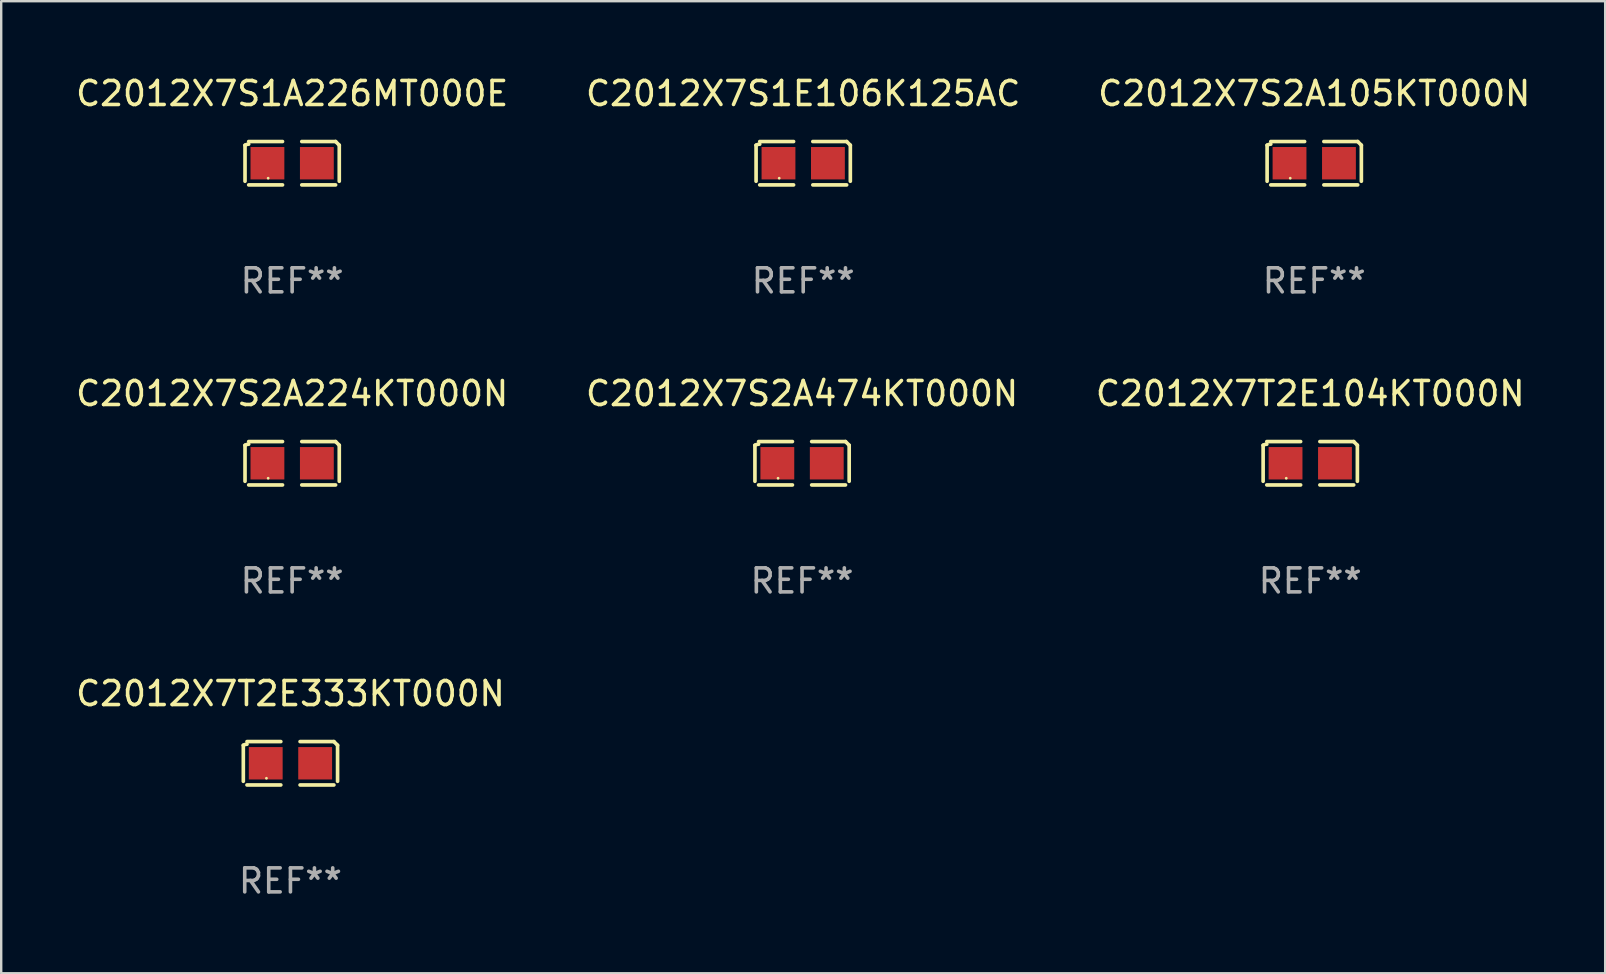
<source format=kicad_pcb>
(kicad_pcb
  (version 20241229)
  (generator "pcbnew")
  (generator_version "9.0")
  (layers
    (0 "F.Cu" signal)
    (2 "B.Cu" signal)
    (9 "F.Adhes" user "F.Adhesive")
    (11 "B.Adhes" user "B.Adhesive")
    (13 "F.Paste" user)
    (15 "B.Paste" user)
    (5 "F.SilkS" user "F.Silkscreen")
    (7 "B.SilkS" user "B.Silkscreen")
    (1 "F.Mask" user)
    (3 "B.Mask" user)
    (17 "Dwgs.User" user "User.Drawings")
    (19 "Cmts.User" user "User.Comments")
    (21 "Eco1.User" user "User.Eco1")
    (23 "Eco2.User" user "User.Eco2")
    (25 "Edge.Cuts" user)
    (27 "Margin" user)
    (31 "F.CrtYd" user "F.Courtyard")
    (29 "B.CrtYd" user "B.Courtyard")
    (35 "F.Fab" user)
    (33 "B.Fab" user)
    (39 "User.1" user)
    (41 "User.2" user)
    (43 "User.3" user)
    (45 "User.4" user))
  (footprint "C2012X7S1A226MT000E"
    (layer "F.Cu")
    (at 9.125 3.752)
    (property "Reference" "C2012X7S1A226MT000E" (at 0 -2.904 0) (layer "F.SilkS") (effects (font (size 1 1) (thickness 0.15))))
    (attr through_hole)
    (fp_line (start -1.964 0.751) (end -1.964 -0.751) (stroke (width 0.152) (type solid)) (layer "F.SilkS"))
    (fp_line (start -1.811 -0.904) (end -0.401 -0.904) (stroke (width 0.152) (type solid)) (layer "F.SilkS"))
    (fp_line (start -0.401 0.904) (end -1.811 0.904) (stroke (width 0.152) (type solid)) (layer "F.SilkS"))
    (fp_line (start 0.401 0.904) (end 1.811 0.904) (stroke (width 0.152) (type solid)) (layer "F.SilkS"))
    (fp_line (start 1.811 -0.904) (end 0.401 -0.904) (stroke (width 0.152) (type solid)) (layer "F.SilkS"))
    (fp_line (start 1.964 0.751) (end 1.964 -0.751) (stroke (width 0.152) (type solid)) (layer "F.SilkS"))
    (fp_arc (start -1.963602 -0.751207) (mid -1.890354 -0.783131) (end -1.811201 -0.794044) (stroke (width 0.1524) (type solid)) (layer "F.SilkS"))
    (fp_arc (start 1.811202 -0.903607) (mid 1.887413 -0.827418) (end 1.963602 -0.751207) (stroke (width 0.1524) (type solid)) (layer "F.SilkS"))
    (fp_circle (center -1 0.625) (end -0.97 0.625) (stroke (width 0.06) (type solid)) (fill no) (layer "F.SilkS"))
    (fp_text user "REF**" (at 0 4.904 0) (layer "F.Fab") (effects (font (size 1 1) (thickness 0.15))))
    (pad "1" smd rect (at -1.03 0) (size 1.41 1.35) (layers "F.Cu" "F.Mask" "F.Paste"))
    (pad "2" smd rect (at 1.03 0) (size 1.41 1.35) (layers "F.Cu" "F.Mask" "F.Paste")))
  (footprint "C2012X7S2A105KT000N"
    (layer "F.Cu")
    (at 51.72 3.752)
    (property "Reference" "C2012X7S2A105KT000N" (at 0 -2.904 0) (layer "F.SilkS") (effects (font (size 1 1) (thickness 0.15))))
    (attr through_hole)
    (fp_line (start -1.964 0.751) (end -1.964 -0.751) (stroke (width 0.152) (type solid)) (layer "F.SilkS"))
    (fp_line (start -1.811 -0.904) (end -0.401 -0.904) (stroke (width 0.152) (type solid)) (layer "F.SilkS"))
    (fp_line (start -0.401 0.904) (end -1.811 0.904) (stroke (width 0.152) (type solid)) (layer "F.SilkS"))
    (fp_line (start 0.401 0.904) (end 1.811 0.904) (stroke (width 0.152) (type solid)) (layer "F.SilkS"))
    (fp_line (start 1.811 -0.904) (end 0.401 -0.904) (stroke (width 0.152) (type solid)) (layer "F.SilkS"))
    (fp_line (start 1.964 0.751) (end 1.964 -0.751) (stroke (width 0.152) (type solid)) (layer "F.SilkS"))
    (fp_arc (start -1.963602 -0.751207) (mid -1.890354 -0.783131) (end -1.811201 -0.794044) (stroke (width 0.1524) (type solid)) (layer "F.SilkS"))
    (fp_arc (start 1.811202 -0.903607) (mid 1.887413 -0.827418) (end 1.963602 -0.751207) (stroke (width 0.1524) (type solid)) (layer "F.SilkS"))
    (fp_circle (center -1 0.625) (end -0.97 0.625) (stroke (width 0.06) (type solid)) (fill no) (layer "F.SilkS"))
    (fp_text user "REF**" (at 0 4.904 0) (layer "F.Fab") (effects (font (size 1 1) (thickness 0.15))))
    (pad "1" smd rect (at -1.03 0) (size 1.41 1.35) (layers "F.Cu" "F.Mask" "F.Paste"))
    (pad "2" smd rect (at 1.03 0) (size 1.41 1.35) (layers "F.Cu" "F.Mask" "F.Paste")))
  (footprint "C2012X7S1E106K125AC"
    (layer "F.Cu")
    (at 30.423 3.752)
    (property "Reference" "C2012X7S1E106K125AC" (at 0 -2.904 0) (layer "F.SilkS") (effects (font (size 1 1) (thickness 0.15))))
    (attr through_hole)
    (fp_line (start -1.964 0.751) (end -1.964 -0.751) (stroke (width 0.152) (type solid)) (layer "F.SilkS"))
    (fp_line (start -1.811 -0.904) (end -0.401 -0.904) (stroke (width 0.152) (type solid)) (layer "F.SilkS"))
    (fp_line (start -0.401 0.904) (end -1.811 0.904) (stroke (width 0.152) (type solid)) (layer "F.SilkS"))
    (fp_line (start 0.401 0.904) (end 1.811 0.904) (stroke (width 0.152) (type solid)) (layer "F.SilkS"))
    (fp_line (start 1.811 -0.904) (end 0.401 -0.904) (stroke (width 0.152) (type solid)) (layer "F.SilkS"))
    (fp_line (start 1.964 0.751) (end 1.964 -0.751) (stroke (width 0.152) (type solid)) (layer "F.SilkS"))
    (fp_arc (start -1.963602 -0.751207) (mid -1.890354 -0.783131) (end -1.811201 -0.794044) (stroke (width 0.1524) (type solid)) (layer "F.SilkS"))
    (fp_arc (start 1.811202 -0.903607) (mid 1.887413 -0.827418) (end 1.963602 -0.751207) (stroke (width 0.1524) (type solid)) (layer "F.SilkS"))
    (fp_circle (center -1 0.625) (end -0.97 0.625) (stroke (width 0.06) (type solid)) (fill no) (layer "F.SilkS"))
    (fp_text user "REF**" (at 0 4.904 0) (layer "F.Fab") (effects (font (size 1 1) (thickness 0.15))))
    (pad "1" smd rect (at -1.03 0) (size 1.41 1.35) (layers "F.Cu" "F.Mask" "F.Paste"))
    (pad "2" smd rect (at 1.03 0) (size 1.41 1.35) (layers "F.Cu" "F.Mask" "F.Paste")))
  (footprint "C2012X7T2E333KT000N"
    (layer "F.Cu")
    (at 9.054 28.759)
    (property "Reference" "C2012X7T2E333KT000N" (at 0 -2.904 0) (layer "F.SilkS") (effects (font (size 1 1) (thickness 0.15))))
    (attr through_hole)
    (fp_line (start -1.964 0.751) (end -1.964 -0.751) (stroke (width 0.152) (type solid)) (layer "F.SilkS"))
    (fp_line (start -1.811 -0.904) (end -0.401 -0.904) (stroke (width 0.152) (type solid)) (layer "F.SilkS"))
    (fp_line (start -0.401 0.904) (end -1.811 0.904) (stroke (width 0.152) (type solid)) (layer "F.SilkS"))
    (fp_line (start 0.401 0.904) (end 1.811 0.904) (stroke (width 0.152) (type solid)) (layer "F.SilkS"))
    (fp_line (start 1.811 -0.904) (end 0.401 -0.904) (stroke (width 0.152) (type solid)) (layer "F.SilkS"))
    (fp_line (start 1.964 0.751) (end 1.964 -0.751) (stroke (width 0.152) (type solid)) (layer "F.SilkS"))
    (fp_arc (start -1.963602 -0.751207) (mid -1.890354 -0.783131) (end -1.811201 -0.794044) (stroke (width 0.1524) (type solid)) (layer "F.SilkS"))
    (fp_arc (start 1.811202 -0.903607) (mid 1.887413 -0.827418) (end 1.963602 -0.751207) (stroke (width 0.1524) (type solid)) (layer "F.SilkS"))
    (fp_circle (center -1 0.625) (end -0.97 0.625) (stroke (width 0.06) (type solid)) (fill no) (layer "F.SilkS"))
    (fp_text user "REF**" (at 0 4.904 0) (layer "F.Fab") (effects (font (size 1 1) (thickness 0.15))))
    (pad "1" smd rect (at -1.03 0) (size 1.41 1.35) (layers "F.Cu" "F.Mask" "F.Paste"))
    (pad "2" smd rect (at 1.03 0) (size 1.41 1.35) (layers "F.Cu" "F.Mask" "F.Paste")))
  (footprint "C2012X7T2E104KT000N"
    (layer "F.Cu")
    (at 51.554 16.256)
    (property "Reference" "C2012X7T2E104KT000N" (at 0 -2.904 0) (layer "F.SilkS") (effects (font (size 1 1) (thickness 0.15))))
    (attr through_hole)
    (fp_line (start -1.964 0.751) (end -1.964 -0.751) (stroke (width 0.152) (type solid)) (layer "F.SilkS"))
    (fp_line (start -1.811 -0.904) (end -0.401 -0.904) (stroke (width 0.152) (type solid)) (layer "F.SilkS"))
    (fp_line (start -0.401 0.904) (end -1.811 0.904) (stroke (width 0.152) (type solid)) (layer "F.SilkS"))
    (fp_line (start 0.401 0.904) (end 1.811 0.904) (stroke (width 0.152) (type solid)) (layer "F.SilkS"))
    (fp_line (start 1.811 -0.904) (end 0.401 -0.904) (stroke (width 0.152) (type solid)) (layer "F.SilkS"))
    (fp_line (start 1.964 0.751) (end 1.964 -0.751) (stroke (width 0.152) (type solid)) (layer "F.SilkS"))
    (fp_arc (start -1.963602 -0.751207) (mid -1.890354 -0.783131) (end -1.811201 -0.794044) (stroke (width 0.1524) (type solid)) (layer "F.SilkS"))
    (fp_arc (start 1.811202 -0.903607) (mid 1.887413 -0.827418) (end 1.963602 -0.751207) (stroke (width 0.1524) (type solid)) (layer "F.SilkS"))
    (fp_circle (center -1 0.625) (end -0.97 0.625) (stroke (width 0.06) (type solid)) (fill no) (layer "F.SilkS"))
    (fp_text user "REF**" (at 0 4.904 0) (layer "F.Fab") (effects (font (size 1 1) (thickness 0.15))))
    (pad "1" smd rect (at -1.03 0) (size 1.41 1.35) (layers "F.Cu" "F.Mask" "F.Paste"))
    (pad "2" smd rect (at 1.03 0) (size 1.41 1.35) (layers "F.Cu" "F.Mask" "F.Paste")))
  (footprint "C2012X7S2A224KT000N"
    (layer "F.Cu")
    (at 9.125 16.256)
    (property "Reference" "C2012X7S2A224KT000N" (at 0 -2.904 0) (layer "F.SilkS") (effects (font (size 1 1) (thickness 0.15))))
    (attr through_hole)
    (fp_line (start -1.964 0.751) (end -1.964 -0.751) (stroke (width 0.152) (type solid)) (layer "F.SilkS"))
    (fp_line (start -1.811 -0.904) (end -0.401 -0.904) (stroke (width 0.152) (type solid)) (layer "F.SilkS"))
    (fp_line (start -0.401 0.904) (end -1.811 0.904) (stroke (width 0.152) (type solid)) (layer "F.SilkS"))
    (fp_line (start 0.401 0.904) (end 1.811 0.904) (stroke (width 0.152) (type solid)) (layer "F.SilkS"))
    (fp_line (start 1.811 -0.904) (end 0.401 -0.904) (stroke (width 0.152) (type solid)) (layer "F.SilkS"))
    (fp_line (start 1.964 0.751) (end 1.964 -0.751) (stroke (width 0.152) (type solid)) (layer "F.SilkS"))
    (fp_arc (start -1.963602 -0.751207) (mid -1.890354 -0.783131) (end -1.811201 -0.794044) (stroke (width 0.1524) (type solid)) (layer "F.SilkS"))
    (fp_arc (start 1.811202 -0.903607) (mid 1.887413 -0.827418) (end 1.963602 -0.751207) (stroke (width 0.1524) (type solid)) (layer "F.SilkS"))
    (fp_circle (center -1 0.625) (end -0.97 0.625) (stroke (width 0.06) (type solid)) (fill no) (layer "F.SilkS"))
    (fp_text user "REF**" (at 0 4.904 0) (layer "F.Fab") (effects (font (size 1 1) (thickness 0.15))))
    (pad "1" smd rect (at -1.03 0) (size 1.41 1.35) (layers "F.Cu" "F.Mask" "F.Paste"))
    (pad "2" smd rect (at 1.03 0) (size 1.41 1.35) (layers "F.Cu" "F.Mask" "F.Paste")))
  (footprint "C2012X7S2A474KT000N"
    (layer "F.Cu")
    (at 30.375 16.256)
    (property "Reference" "C2012X7S2A474KT000N" (at 0 -2.904 0) (layer "F.SilkS") (effects (font (size 1 1) (thickness 0.15))))
    (attr through_hole)
    (fp_line (start -1.964 0.751) (end -1.964 -0.751) (stroke (width 0.152) (type solid)) (layer "F.SilkS"))
    (fp_line (start -1.811 -0.904) (end -0.401 -0.904) (stroke (width 0.152) (type solid)) (layer "F.SilkS"))
    (fp_line (start -0.401 0.904) (end -1.811 0.904) (stroke (width 0.152) (type solid)) (layer "F.SilkS"))
    (fp_line (start 0.401 0.904) (end 1.811 0.904) (stroke (width 0.152) (type solid)) (layer "F.SilkS"))
    (fp_line (start 1.811 -0.904) (end 0.401 -0.904) (stroke (width 0.152) (type solid)) (layer "F.SilkS"))
    (fp_line (start 1.964 0.751) (end 1.964 -0.751) (stroke (width 0.152) (type solid)) (layer "F.SilkS"))
    (fp_arc (start -1.963602 -0.751207) (mid -1.890354 -0.783131) (end -1.811201 -0.794044) (stroke (width 0.1524) (type solid)) (layer "F.SilkS"))
    (fp_arc (start 1.811202 -0.903607) (mid 1.887413 -0.827418) (end 1.963602 -0.751207) (stroke (width 0.1524) (type solid)) (layer "F.SilkS"))
    (fp_circle (center -1 0.625) (end -0.97 0.625) (stroke (width 0.06) (type solid)) (fill no) (layer "F.SilkS"))
    (fp_text user "REF**" (at 0 4.904 0) (layer "F.Fab") (effects (font (size 1 1) (thickness 0.15))))
    (pad "1" smd rect (at -1.03 0) (size 1.41 1.35) (layers "F.Cu" "F.Mask" "F.Paste"))
    (pad "2" smd rect (at 1.03 0) (size 1.41 1.35) (layers "F.Cu" "F.Mask" "F.Paste")))
  (gr_rect
    (start -3 -3)
    (end 63.845 37.511)
    (stroke (width 0.1) (type default))
    (fill no)
    (layer "Edge.Cuts")))
</source>
